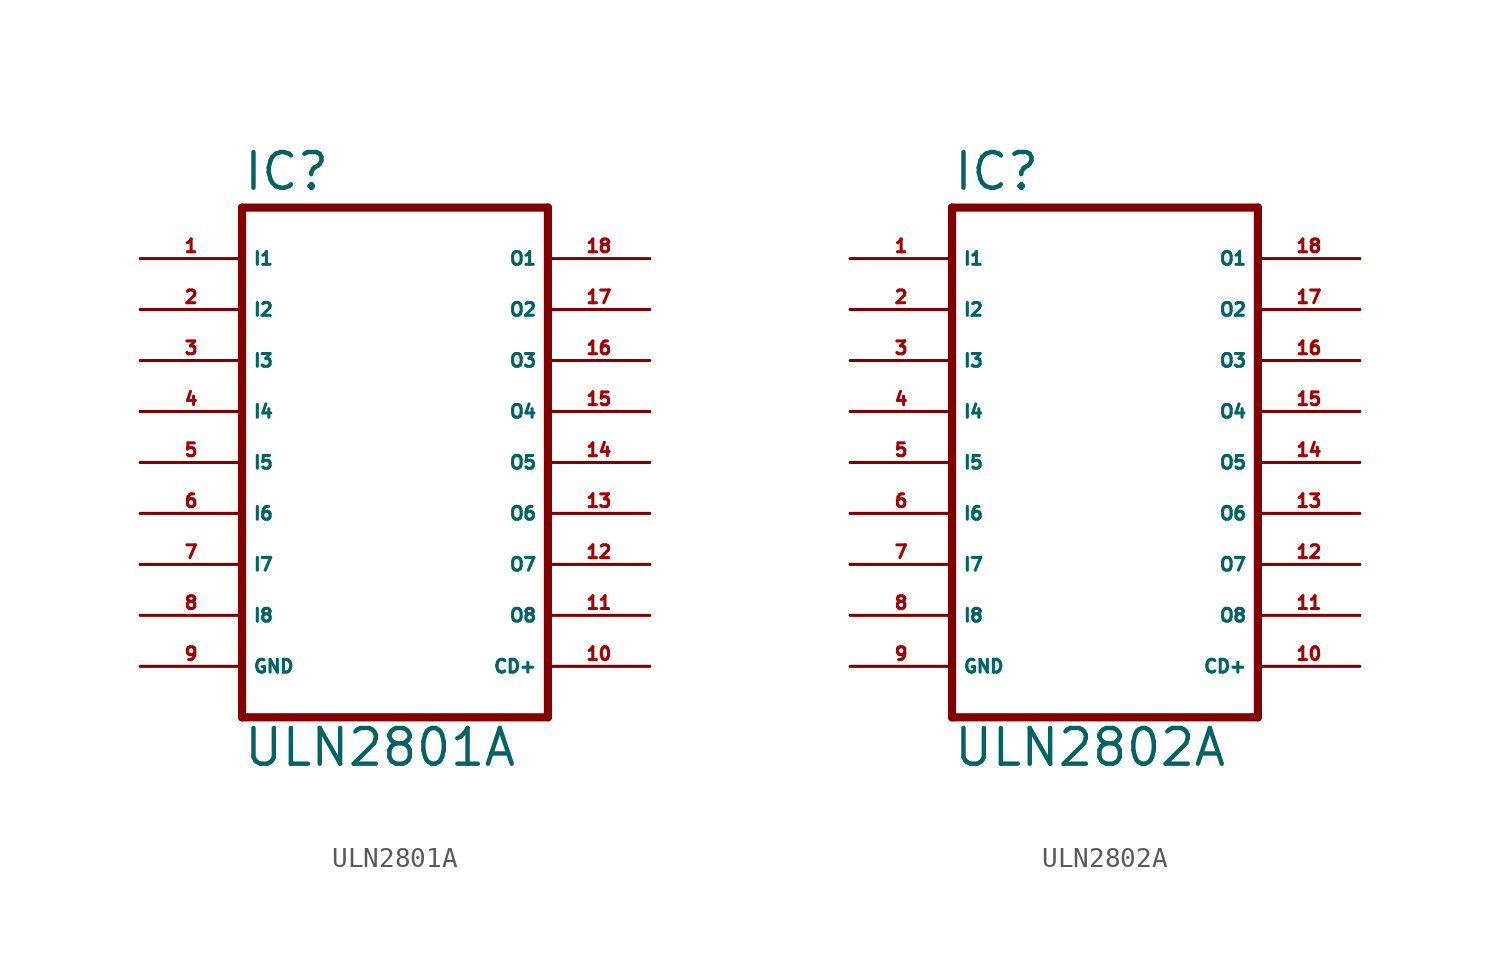
<source format=kicad_sym>
(kicad_symbol_lib
  (version 20220914)
  (generator Eagle2Kicad)
  (symbol "ULN2801A"
    (property "Reference" "IC"
      (at -7.62 13.462 0)
      (effects (font (size 1.778 1.778) (thickness 0.22)) (justify left bottom)))
    (property "Value" "ULN2801A"
      (at -7.62 -15.24 0)
      (effects (font (size 1.778 1.778) (thickness 0.22)) (justify left bottom)))
    (polyline
      (pts (xy -7.62 12.7) (xy 7.62 12.7))
      (stroke (width 0.406) (type default))
      (fill (type none)))
    (polyline
      (pts (xy 7.62 -12.7) (xy 7.62 12.7))
      (stroke (width 0.406) (type default))
      (fill (type none)))
    (polyline
      (pts (xy 7.62 -12.7) (xy -7.62 -12.7))
      (stroke (width 0.406) (type default))
      (fill (type none)))
    (polyline
      (pts (xy -7.62 12.7) (xy -7.62 -12.7))
      (stroke (width 0.406) (type default))
      (fill (type none)))
    (pin input line
      (at -12.7 10.16 0)
      (length 5.08)
      (name "I1" (effects (font (size 0.635 0.635) (thickness 0.08)) (justify left bottom)))
      (number "1" (effects (font (size 0.635 0.635) (thickness 0.08)) (justify left bottom))))
    (pin input line
      (at -12.7 7.62 0)
      (length 5.08)
      (name "I2" (effects (font (size 0.635 0.635) (thickness 0.08)) (justify left bottom)))
      (number "2" (effects (font (size 0.635 0.635) (thickness 0.08)) (justify left bottom))))
    (pin input line
      (at -12.7 5.08 0)
      (length 5.08)
      (name "I3" (effects (font (size 0.635 0.635) (thickness 0.08)) (justify left bottom)))
      (number "3" (effects (font (size 0.635 0.635) (thickness 0.08)) (justify left bottom))))
    (pin input line
      (at -12.7 2.54 0)
      (length 5.08)
      (name "I4" (effects (font (size 0.635 0.635) (thickness 0.08)) (justify left bottom)))
      (number "4" (effects (font (size 0.635 0.635) (thickness 0.08)) (justify left bottom))))
    (pin input line
      (at -12.7 0 0)
      (length 5.08)
      (name "I5" (effects (font (size 0.635 0.635) (thickness 0.08)) (justify left bottom)))
      (number "5" (effects (font (size 0.635 0.635) (thickness 0.08)) (justify left bottom))))
    (pin input line
      (at -12.7 -2.54 0)
      (length 5.08)
      (name "I6" (effects (font (size 0.635 0.635) (thickness 0.08)) (justify left bottom)))
      (number "6" (effects (font (size 0.635 0.635) (thickness 0.08)) (justify left bottom))))
    (pin input line
      (at -12.7 -5.08 0)
      (length 5.08)
      (name "I7" (effects (font (size 0.635 0.635) (thickness 0.08)) (justify left bottom)))
      (number "7" (effects (font (size 0.635 0.635) (thickness 0.08)) (justify left bottom))))
    (pin input line
      (at -12.7 -7.62 0)
      (length 5.08)
      (name "I8" (effects (font (size 0.635 0.635) (thickness 0.08)) (justify left bottom)))
      (number "8" (effects (font (size 0.635 0.635) (thickness 0.08)) (justify left bottom))))
    (pin open_collector line
      (at 12.7 -7.62 180)
      (length 5.08)
      (name "O8" (effects (font (size 0.635 0.635) (thickness 0.08)) (justify left bottom)))
      (number "11" (effects (font (size 0.635 0.635) (thickness 0.08)) (justify left bottom))))
    (pin open_collector line
      (at 12.7 10.16 180)
      (length 5.08)
      (name "O1" (effects (font (size 0.635 0.635) (thickness 0.08)) (justify left bottom)))
      (number "18" (effects (font (size 0.635 0.635) (thickness 0.08)) (justify left bottom))))
    (pin open_collector line
      (at 12.7 7.62 180)
      (length 5.08)
      (name "O2" (effects (font (size 0.635 0.635) (thickness 0.08)) (justify left bottom)))
      (number "17" (effects (font (size 0.635 0.635) (thickness 0.08)) (justify left bottom))))
    (pin open_collector line
      (at 12.7 5.08 180)
      (length 5.08)
      (name "O3" (effects (font (size 0.635 0.635) (thickness 0.08)) (justify left bottom)))
      (number "16" (effects (font (size 0.635 0.635) (thickness 0.08)) (justify left bottom))))
    (pin open_collector line
      (at 12.7 2.54 180)
      (length 5.08)
      (name "O4" (effects (font (size 0.635 0.635) (thickness 0.08)) (justify left bottom)))
      (number "15" (effects (font (size 0.635 0.635) (thickness 0.08)) (justify left bottom))))
    (pin open_collector line
      (at 12.7 0 180)
      (length 5.08)
      (name "O5" (effects (font (size 0.635 0.635) (thickness 0.08)) (justify left bottom)))
      (number "14" (effects (font (size 0.635 0.635) (thickness 0.08)) (justify left bottom))))
    (pin open_collector line
      (at 12.7 -2.54 180)
      (length 5.08)
      (name "O6" (effects (font (size 0.635 0.635) (thickness 0.08)) (justify left bottom)))
      (number "13" (effects (font (size 0.635 0.635) (thickness 0.08)) (justify left bottom))))
    (pin open_collector line
      (at 12.7 -5.08 180)
      (length 5.08)
      (name "O7" (effects (font (size 0.635 0.635) (thickness 0.08)) (justify left bottom)))
      (number "12" (effects (font (size 0.635 0.635) (thickness 0.08)) (justify left bottom))))
    (pin passive line
      (at 12.7 -10.16 180)
      (length 5.08)
      (name "CD+" (effects (font (size 0.635 0.635) (thickness 0.08)) (justify left bottom)))
      (number "10" (effects (font (size 0.635 0.635) (thickness 0.08)) (justify left bottom))))
    (pin unspecified line
      (at -12.7 -10.16 0)
      (length 5.08)
      (name "GND" (effects (font (size 0.635 0.635) (thickness 0.08)) (justify left bottom)))
      (number "9" (effects (font (size 0.635 0.635) (thickness 0.08)) (justify left bottom)))))
  (symbol "ULN2802A"
    (property "Reference" "IC"
      (at -7.62 13.462 0)
      (effects (font (size 1.778 1.778) (thickness 0.22)) (justify left bottom)))
    (property "Value" "ULN2802A"
      (at -7.62 -15.24 0)
      (effects (font (size 1.778 1.778) (thickness 0.22)) (justify left bottom)))
    (polyline
      (pts (xy -7.62 12.7) (xy 7.62 12.7))
      (stroke (width 0.406) (type default))
      (fill (type none)))
    (polyline
      (pts (xy 7.62 -12.7) (xy 7.62 12.7))
      (stroke (width 0.406) (type default))
      (fill (type none)))
    (polyline
      (pts (xy 7.62 -12.7) (xy -7.62 -12.7))
      (stroke (width 0.406) (type default))
      (fill (type none)))
    (polyline
      (pts (xy -7.62 12.7) (xy -7.62 -12.7))
      (stroke (width 0.406) (type default))
      (fill (type none)))
    (pin input line
      (at -12.7 10.16 0)
      (length 5.08)
      (name "I1" (effects (font (size 0.635 0.635) (thickness 0.08)) (justify left bottom)))
      (number "1" (effects (font (size 0.635 0.635) (thickness 0.08)) (justify left bottom))))
    (pin input line
      (at -12.7 7.62 0)
      (length 5.08)
      (name "I2" (effects (font (size 0.635 0.635) (thickness 0.08)) (justify left bottom)))
      (number "2" (effects (font (size 0.635 0.635) (thickness 0.08)) (justify left bottom))))
    (pin input line
      (at -12.7 5.08 0)
      (length 5.08)
      (name "I3" (effects (font (size 0.635 0.635) (thickness 0.08)) (justify left bottom)))
      (number "3" (effects (font (size 0.635 0.635) (thickness 0.08)) (justify left bottom))))
    (pin input line
      (at -12.7 2.54 0)
      (length 5.08)
      (name "I4" (effects (font (size 0.635 0.635) (thickness 0.08)) (justify left bottom)))
      (number "4" (effects (font (size 0.635 0.635) (thickness 0.08)) (justify left bottom))))
    (pin input line
      (at -12.7 0 0)
      (length 5.08)
      (name "I5" (effects (font (size 0.635 0.635) (thickness 0.08)) (justify left bottom)))
      (number "5" (effects (font (size 0.635 0.635) (thickness 0.08)) (justify left bottom))))
    (pin input line
      (at -12.7 -2.54 0)
      (length 5.08)
      (name "I6" (effects (font (size 0.635 0.635) (thickness 0.08)) (justify left bottom)))
      (number "6" (effects (font (size 0.635 0.635) (thickness 0.08)) (justify left bottom))))
    (pin input line
      (at -12.7 -5.08 0)
      (length 5.08)
      (name "I7" (effects (font (size 0.635 0.635) (thickness 0.08)) (justify left bottom)))
      (number "7" (effects (font (size 0.635 0.635) (thickness 0.08)) (justify left bottom))))
    (pin input line
      (at -12.7 -7.62 0)
      (length 5.08)
      (name "I8" (effects (font (size 0.635 0.635) (thickness 0.08)) (justify left bottom)))
      (number "8" (effects (font (size 0.635 0.635) (thickness 0.08)) (justify left bottom))))
    (pin open_collector line
      (at 12.7 -7.62 180)
      (length 5.08)
      (name "O8" (effects (font (size 0.635 0.635) (thickness 0.08)) (justify left bottom)))
      (number "11" (effects (font (size 0.635 0.635) (thickness 0.08)) (justify left bottom))))
    (pin open_collector line
      (at 12.7 10.16 180)
      (length 5.08)
      (name "O1" (effects (font (size 0.635 0.635) (thickness 0.08)) (justify left bottom)))
      (number "18" (effects (font (size 0.635 0.635) (thickness 0.08)) (justify left bottom))))
    (pin open_collector line
      (at 12.7 7.62 180)
      (length 5.08)
      (name "O2" (effects (font (size 0.635 0.635) (thickness 0.08)) (justify left bottom)))
      (number "17" (effects (font (size 0.635 0.635) (thickness 0.08)) (justify left bottom))))
    (pin open_collector line
      (at 12.7 5.08 180)
      (length 5.08)
      (name "O3" (effects (font (size 0.635 0.635) (thickness 0.08)) (justify left bottom)))
      (number "16" (effects (font (size 0.635 0.635) (thickness 0.08)) (justify left bottom))))
    (pin open_collector line
      (at 12.7 2.54 180)
      (length 5.08)
      (name "O4" (effects (font (size 0.635 0.635) (thickness 0.08)) (justify left bottom)))
      (number "15" (effects (font (size 0.635 0.635) (thickness 0.08)) (justify left bottom))))
    (pin open_collector line
      (at 12.7 0 180)
      (length 5.08)
      (name "O5" (effects (font (size 0.635 0.635) (thickness 0.08)) (justify left bottom)))
      (number "14" (effects (font (size 0.635 0.635) (thickness 0.08)) (justify left bottom))))
    (pin open_collector line
      (at 12.7 -2.54 180)
      (length 5.08)
      (name "O6" (effects (font (size 0.635 0.635) (thickness 0.08)) (justify left bottom)))
      (number "13" (effects (font (size 0.635 0.635) (thickness 0.08)) (justify left bottom))))
    (pin open_collector line
      (at 12.7 -5.08 180)
      (length 5.08)
      (name "O7" (effects (font (size 0.635 0.635) (thickness 0.08)) (justify left bottom)))
      (number "12" (effects (font (size 0.635 0.635) (thickness 0.08)) (justify left bottom))))
    (pin passive line
      (at 12.7 -10.16 180)
      (length 5.08)
      (name "CD+" (effects (font (size 0.635 0.635) (thickness 0.08)) (justify left bottom)))
      (number "10" (effects (font (size 0.635 0.635) (thickness 0.08)) (justify left bottom))))
    (pin unspecified line
      (at -12.7 -10.16 0)
      (length 5.08)
      (name "GND" (effects (font (size 0.635 0.635) (thickness 0.08)) (justify left bottom)))
      (number "9" (effects (font (size 0.635 0.635) (thickness 0.08)) (justify left bottom))))))
</source>
